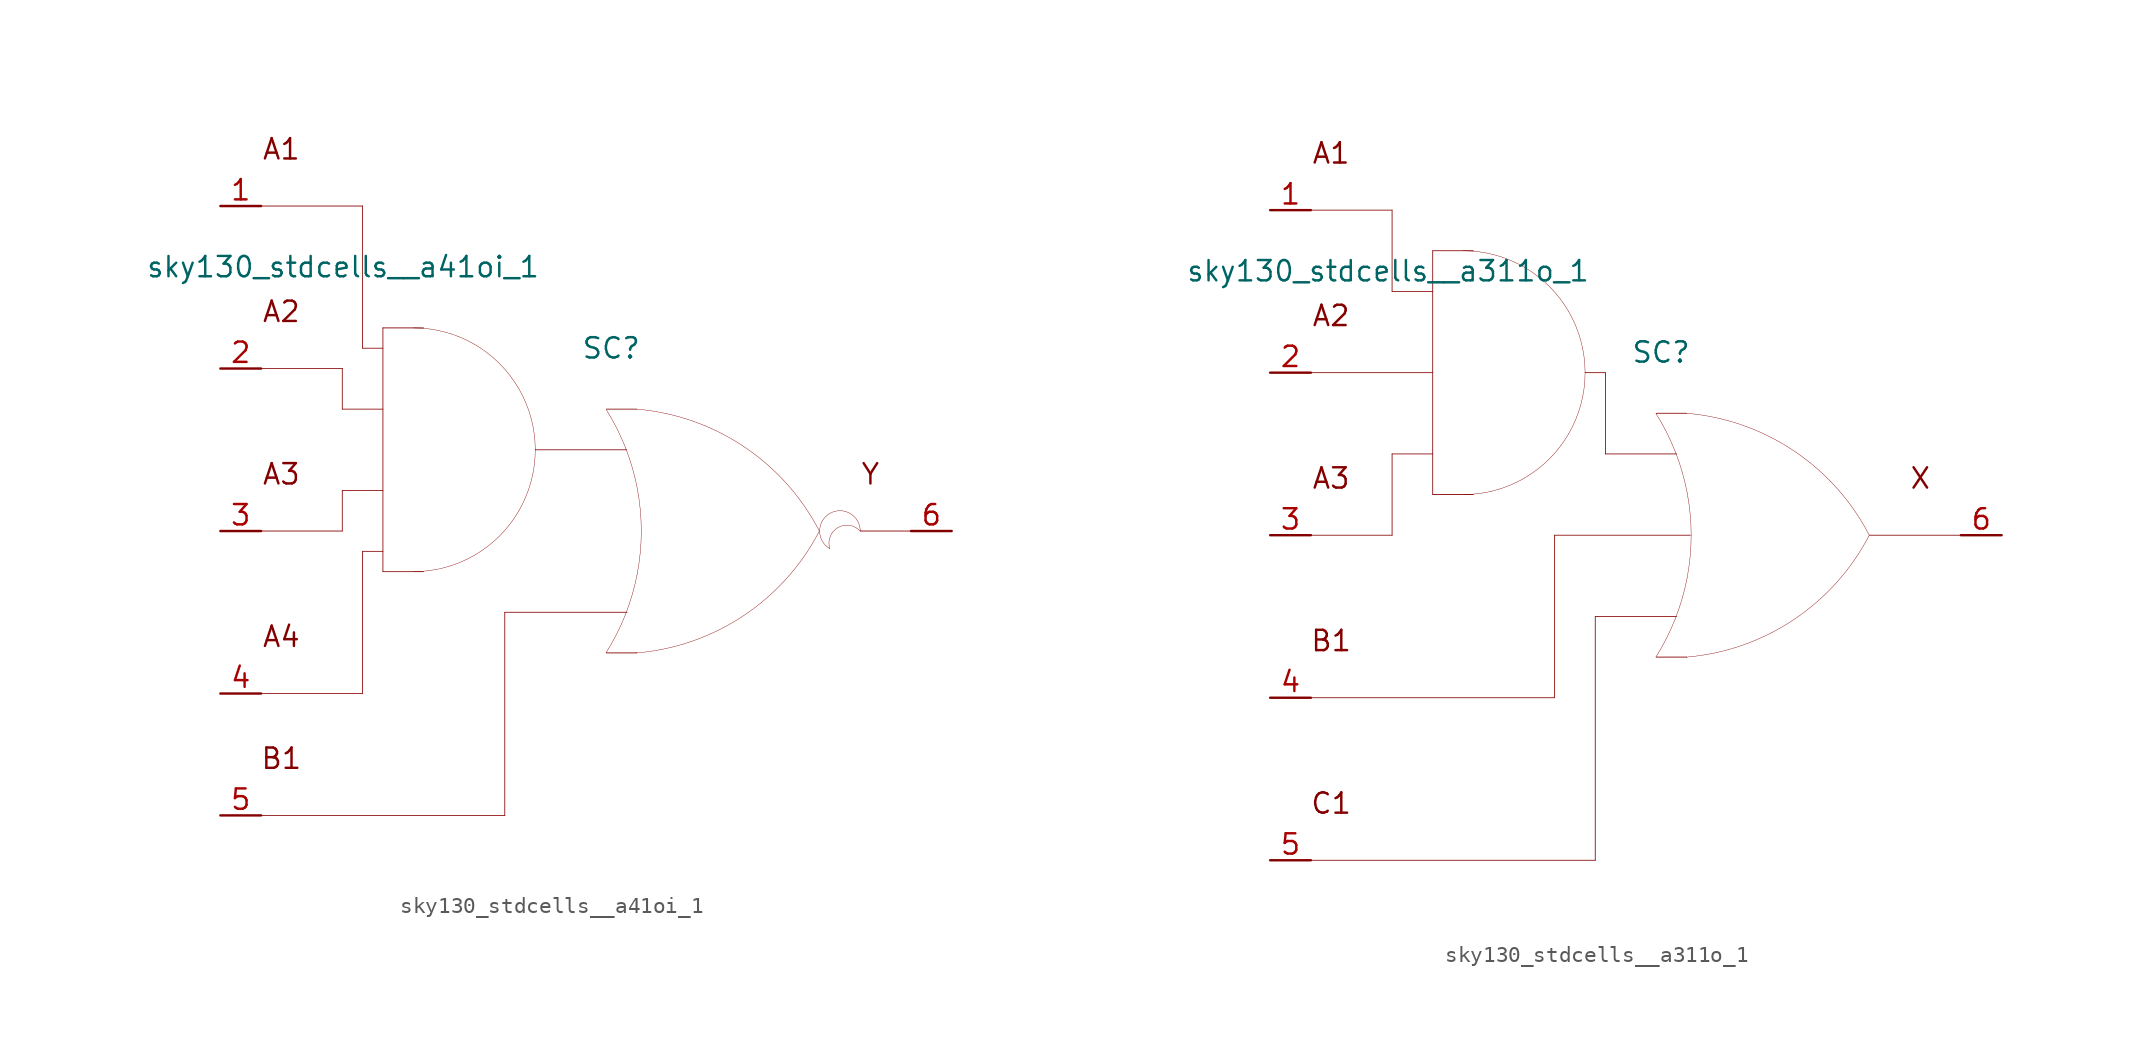
<source format=kicad_sym>
(kicad_symbol_lib
  (version 20211014)
  (generator kicad_symbol_editor)
  (symbol "sky130_stdcells__a41oi_1"
    (pin_names hide)
    (property "Reference" "SC"
      (at 1.575 11.43 0)
      (effects (font (size 1.27 1.27))))
    (property "Value" "sky130_stdcells__a41oi_1"
      (at -2.845 16.51 0)
      (effects (font (size 1.27 1.27)) (justify right)))
    (symbol "sky130_stdcells__a41oi_1_0_0"
      (arc (start -10.795 -2.54) (mid -8.8228 -2.2804) (end -6.985 -1.5191) (stroke (width 0.0254) (type default) (color 0 0 0 0)) (fill (type none)))
      (arc (start -6.985 -1.5191) (mid -5.4069 -0.3081) (end -4.1959 1.27) (stroke (width 0.0254) (type default) (color 0 0 0 0)) (fill (type none)))
      (arc (start -6.985 11.6791) (mid -8.8228 12.4403) (end -10.795 12.7) (stroke (width 0.0254) (type default) (color 0 0 0 0)) (fill (type none)))
      (arc (start -4.1959 1.27) (mid -3.4347 3.1078) (end -3.175 5.08) (stroke (width 0.0254) (type default) (color 0 0 0 0)) (fill (type none)))
      (arc (start -4.1959 8.89) (mid -5.4069 10.4681) (end -6.985 11.6791) (stroke (width 0.0254) (type default) (color 0 0 0 0)) (fill (type none)))
      (arc (start -3.175 5.08) (mid -3.4346 7.0522) (end -4.1959 8.89) (stroke (width 0.0254) (type default) (color 0 0 0 0)) (fill (type none)))
      (polyline (pts (xy -20.32 -17.78) (xy -5.08 -17.78)) (stroke (width 0.051) (type default) (color 0 0 0 0)) (fill (type none)))
      (polyline (pts (xy -20.32 -10.16) (xy -13.97 -10.16)) (stroke (width 0.051) (type default) (color 0 0 0 0)) (fill (type none)))
      (polyline (pts (xy -20.32 0) (xy -15.24 0)) (stroke (width 0.051) (type default) (color 0 0 0 0)) (fill (type none)))
      (polyline (pts (xy -20.32 10.16) (xy -15.24 10.16)) (stroke (width 0.051) (type default) (color 0 0 0 0)) (fill (type none)))
      (polyline (pts (xy -20.32 20.32) (xy -13.97 20.32)) (stroke (width 0.051) (type default) (color 0 0 0 0)) (fill (type none)))
      (polyline (pts (xy -15.24 2.54) (xy -15.24 0)) (stroke (width 0.051) (type default) (color 0 0 0 0)) (fill (type none)))
      (polyline (pts (xy -15.24 2.54) (xy -12.7 2.54)) (stroke (width 0.051) (type default) (color 0 0 0 0)) (fill (type none)))
      (polyline (pts (xy -15.24 7.62) (xy -12.7 7.62)) (stroke (width 0.051) (type default) (color 0 0 0 0)) (fill (type none)))
      (polyline (pts (xy -15.24 10.16) (xy -15.24 7.62)) (stroke (width 0.051) (type default) (color 0 0 0 0)) (fill (type none)))
      (polyline (pts (xy -13.97 -1.27) (xy -13.97 -10.16)) (stroke (width 0.051) (type default) (color 0 0 0 0)) (fill (type none)))
      (polyline (pts (xy -13.97 -1.27) (xy -12.7 -1.27)) (stroke (width 0.051) (type default) (color 0 0 0 0)) (fill (type none)))
      (polyline (pts (xy -13.97 11.43) (xy -12.7 11.43)) (stroke (width 0.051) (type default) (color 0 0 0 0)) (fill (type none)))
      (polyline (pts (xy -13.97 20.32) (xy -13.97 11.43)) (stroke (width 0.051) (type default) (color 0 0 0 0)) (fill (type none)))
      (polyline (pts (xy -12.7 -2.54) (xy -10.16 -2.54)) (stroke (width 0.051) (type default) (color 0 0 0 0)) (fill (type none)))
      (polyline (pts (xy -12.7 12.7) (xy -12.7 -2.54)) (stroke (width 0.051) (type default) (color 0 0 0 0)) (fill (type none)))
      (polyline (pts (xy -12.7 12.7) (xy -10.16 12.7)) (stroke (width 0.051) (type default) (color 0 0 0 0)) (fill (type none)))
      (polyline (pts (xy -5.08 -5.08) (xy -5.08 -17.78)) (stroke (width 0.051) (type default) (color 0 0 0 0)) (fill (type none)))
      (polyline (pts (xy -5.08 -5.08) (xy 2.565 -5.08)) (stroke (width 0.051) (type default) (color 0 0 0 0)) (fill (type none)))
      (polyline (pts (xy -3.175 5.08) (xy 2.54 5.08)) (stroke (width 0.051) (type default) (color 0 0 0 0)) (fill (type none)))
      (polyline (pts (xy 1.27 -7.62) (xy 3.175 -7.62)) (stroke (width 0.051) (type default) (color 0 0 0 0)) (fill (type none)))
      (polyline (pts (xy 1.27 7.62) (xy 3.175 7.62)) (stroke (width 0.051) (type default) (color 0 0 0 0)) (fill (type none)))
      (polyline (pts (xy 17.145 0) (xy 20.32 0)) (stroke (width 0.051) (type default) (color 0 0 0 0)) (fill (type none)))
      (arc (start 1.2495 -7.6142) (mid 1.907 -6.458) (end 2.4538 -5.2456) (stroke (width 0.0254) (type default) (color 0 0 0 0)) (fill (type none)))
      (arc (start 2.4538 -5.2456) (mid 2.8887 -3.9755) (end 3.202 -2.6701) (stroke (width 0.0254) (type default) (color 0 0 0 0)) (fill (type none)))
      (arc (start 2.472 5.1993) (mid 1.9238 6.4248) (end 1.2627 7.5932) (stroke (width 0.0254) (type default) (color 0 0 0 0)) (fill (type none)))
      (arc (start 3.1446 -7.6231) (mid 9.8386 -5.2986) (end 14.5755 -0.0284) (stroke (width 0.0254) (type default) (color 0 0 0 0)) (fill (type none)))
      (arc (start 3.202 -2.6701) (mid 3.3912 -1.341) (end 3.4544 0) (stroke (width 0.0254) (type default) (color 0 0 0 0)) (fill (type none)))
      (arc (start 3.2066 2.6456) (mid 2.8989 3.9396) (end 2.472 5.1993) (stroke (width 0.0254) (type default) (color 0 0 0 0)) (fill (type none)))
      (arc (start 3.4544 0) (mid 3.3923 1.3286) (end 3.2066 2.6456) (stroke (width 0.0254) (type default) (color 0 0 0 0)) (fill (type none)))
      (arc (start 14.5983 -0.0156) (mid 9.8798 5.271) (end 3.194 7.6189) (stroke (width 0.0254) (type default) (color 0 0 0 0)) (fill (type none)))
      (arc (start 15.24 1.0999) (mid 14.605 0) (end 15.24 -1.0999) (stroke (width 0.0254) (type default) (color 0 0 0 0)) (fill (type none)))
      (arc (start 17.145 0) (mid 15.2881 0.4743) (end 15.24 -1.0999) (stroke (width 0.0254) (type default) (color 0 0 0 0)) (fill (type none)))
      (arc (start 17.145 0) (mid 16.51 1.0998) (end 15.24 1.0999) (stroke (width 0.0254) (type default) (color 0 0 0 0)) (fill (type none)))
      (text "A1" (at -19.05 23.876 0) (effects (font (size 1.27 1.27))))
      (text "A2" (at -19.05 13.716 0) (effects (font (size 1.27 1.27))))
      (text "A3" (at -19.05 3.556 0) (effects (font (size 1.27 1.27))))
      (text "A4" (at -19.05 -6.604 0) (effects (font (size 1.27 1.27))))
      (text "B1" (at -19.05 -14.224 0) (effects (font (size 1.27 1.27))))
      (text "Y" (at 17.78 3.556 0) (effects (font (size 1.27 1.27)))))
    (symbol "sky130_stdcells__a41oi_1_1_1"
      (pin input line (at -22.86 20.32 0) (length 2.54) (name "A1" (effects (font (size 1.092 1.092)))) (number "1" (effects (font (size 1.27 1.27)))))
      (pin input line (at -22.86 10.16 0) (length 2.54) (name "A2" (effects (font (size 1.092 1.092)))) (number "2" (effects (font (size 1.27 1.27)))))
      (pin input line (at -22.86 0 0) (length 2.54) (name "A3" (effects (font (size 1.092 1.092)))) (number "3" (effects (font (size 1.27 1.27)))))
      (pin input line (at -22.86 -10.16 0) (length 2.54) (name "A4" (effects (font (size 1.092 1.092)))) (number "4" (effects (font (size 1.27 1.27)))))
      (pin input line (at -22.86 -17.78 0) (length 2.54) (name "B1" (effects (font (size 1.092 1.092)))) (number "5" (effects (font (size 1.27 1.27)))))
      (pin output line (at 22.86 0 180) (length 2.54) (name "Y" (effects (font (size 1.092 1.092)))) (number "6" (effects (font (size 1.27 1.27)))))))
  (symbol "sky130_stdcells__a311o_1"
    (pin_names hide)
    (property "Reference" "SC"
      (at 1.575 11.43 0)
      (effects (font (size 1.27 1.27))))
    (property "Value" "sky130_stdcells__a311o_1"
      (at -2.845 16.51 0)
      (effects (font (size 1.27 1.27)) (justify right)))
    (symbol "sky130_stdcells__a311o_1_0_0"
      (arc (start -10.795 2.54) (mid -8.8228 2.7996) (end -6.985 3.5609) (stroke (width 0.0254) (type default) (color 0 0 0 0)) (fill (type none)))
      (arc (start -6.985 3.5609) (mid -5.4069 4.7719) (end -4.1959 6.35) (stroke (width 0.0254) (type default) (color 0 0 0 0)) (fill (type none)))
      (arc (start -6.985 16.7591) (mid -8.8228 17.5203) (end -10.795 17.78) (stroke (width 0.0254) (type default) (color 0 0 0 0)) (fill (type none)))
      (arc (start -4.1959 6.35) (mid -3.4347 8.1878) (end -3.175 10.16) (stroke (width 0.0254) (type default) (color 0 0 0 0)) (fill (type none)))
      (arc (start -4.1959 13.97) (mid -5.4069 15.5481) (end -6.985 16.7591) (stroke (width 0.0254) (type default) (color 0 0 0 0)) (fill (type none)))
      (arc (start -3.175 10.16) (mid -3.4346 12.1322) (end -4.1959 13.97) (stroke (width 0.0254) (type default) (color 0 0 0 0)) (fill (type none)))
      (polyline (pts (xy -20.32 -20.32) (xy -2.54 -20.32)) (stroke (width 0.051) (type default) (color 0 0 0 0)) (fill (type none)))
      (polyline (pts (xy -20.32 -10.16) (xy -5.08 -10.16)) (stroke (width 0.051) (type default) (color 0 0 0 0)) (fill (type none)))
      (polyline (pts (xy -20.32 0) (xy -15.24 0)) (stroke (width 0.051) (type default) (color 0 0 0 0)) (fill (type none)))
      (polyline (pts (xy -20.32 10.16) (xy -12.7 10.16)) (stroke (width 0.051) (type default) (color 0 0 0 0)) (fill (type none)))
      (polyline (pts (xy -20.32 20.32) (xy -15.24 20.32)) (stroke (width 0.051) (type default) (color 0 0 0 0)) (fill (type none)))
      (polyline (pts (xy -15.24 5.08) (xy -15.24 0)) (stroke (width 0.051) (type default) (color 0 0 0 0)) (fill (type none)))
      (polyline (pts (xy -15.24 5.08) (xy -12.7 5.08)) (stroke (width 0.051) (type default) (color 0 0 0 0)) (fill (type none)))
      (polyline (pts (xy -15.24 15.24) (xy -12.7 15.24)) (stroke (width 0.051) (type default) (color 0 0 0 0)) (fill (type none)))
      (polyline (pts (xy -15.24 20.32) (xy -15.24 15.24)) (stroke (width 0.051) (type default) (color 0 0 0 0)) (fill (type none)))
      (polyline (pts (xy -12.7 2.54) (xy -10.16 2.54)) (stroke (width 0.051) (type default) (color 0 0 0 0)) (fill (type none)))
      (polyline (pts (xy -12.7 17.78) (xy -12.7 2.54)) (stroke (width 0.051) (type default) (color 0 0 0 0)) (fill (type none)))
      (polyline (pts (xy -12.7 17.78) (xy -10.16 17.78)) (stroke (width 0.051) (type default) (color 0 0 0 0)) (fill (type none)))
      (polyline (pts (xy -5.08 0) (xy -5.08 -10.16)) (stroke (width 0.051) (type default) (color 0 0 0 0)) (fill (type none)))
      (polyline (pts (xy -5.08 0) (xy 3.404 0)) (stroke (width 0.051) (type default) (color 0 0 0 0)) (fill (type none)))
      (polyline (pts (xy -3.175 10.16) (xy -1.905 10.16)) (stroke (width 0.051) (type default) (color 0 0 0 0)) (fill (type none)))
      (polyline (pts (xy -2.54 -5.08) (xy -2.54 -20.32)) (stroke (width 0.051) (type default) (color 0 0 0 0)) (fill (type none)))
      (polyline (pts (xy -2.54 -5.08) (xy 2.54 -5.08)) (stroke (width 0.051) (type default) (color 0 0 0 0)) (fill (type none)))
      (polyline (pts (xy -1.905 5.08) (xy 2.54 5.08)) (stroke (width 0.051) (type default) (color 0 0 0 0)) (fill (type none)))
      (polyline (pts (xy -1.905 10.16) (xy -1.905 5.08)) (stroke (width 0.051) (type default) (color 0 0 0 0)) (fill (type none)))
      (polyline (pts (xy 1.27 -7.62) (xy 3.175 -7.62)) (stroke (width 0.051) (type default) (color 0 0 0 0)) (fill (type none)))
      (polyline (pts (xy 1.27 7.62) (xy 3.175 7.62)) (stroke (width 0.051) (type default) (color 0 0 0 0)) (fill (type none)))
      (polyline (pts (xy 14.605 0) (xy 20.32 0)) (stroke (width 0.051) (type default) (color 0 0 0 0)) (fill (type none)))
      (arc (start 1.2495 -7.6142) (mid 1.907 -6.458) (end 2.4538 -5.2456) (stroke (width 0.0254) (type default) (color 0 0 0 0)) (fill (type none)))
      (arc (start 2.4538 -5.2456) (mid 2.8887 -3.9755) (end 3.202 -2.6701) (stroke (width 0.0254) (type default) (color 0 0 0 0)) (fill (type none)))
      (arc (start 2.472 5.1993) (mid 1.9238 6.4248) (end 1.2627 7.5932) (stroke (width 0.0254) (type default) (color 0 0 0 0)) (fill (type none)))
      (arc (start 3.1446 -7.6231) (mid 9.8386 -5.2986) (end 14.5755 -0.0284) (stroke (width 0.0254) (type default) (color 0 0 0 0)) (fill (type none)))
      (arc (start 3.202 -2.6701) (mid 3.3912 -1.341) (end 3.4544 0) (stroke (width 0.0254) (type default) (color 0 0 0 0)) (fill (type none)))
      (arc (start 3.2066 2.6456) (mid 2.8989 3.9396) (end 2.472 5.1993) (stroke (width 0.0254) (type default) (color 0 0 0 0)) (fill (type none)))
      (arc (start 3.4544 0) (mid 3.3923 1.3286) (end 3.2066 2.6456) (stroke (width 0.0254) (type default) (color 0 0 0 0)) (fill (type none)))
      (arc (start 14.5983 -0.0156) (mid 9.8798 5.271) (end 3.194 7.6189) (stroke (width 0.0254) (type default) (color 0 0 0 0)) (fill (type none)))
      (text "A1" (at -19.05 23.876 0) (effects (font (size 1.27 1.27))))
      (text "A2" (at -19.05 13.716 0) (effects (font (size 1.27 1.27))))
      (text "A3" (at -19.05 3.556 0) (effects (font (size 1.27 1.27))))
      (text "B1" (at -19.05 -6.604 0) (effects (font (size 1.27 1.27))))
      (text "C1" (at -19.05 -16.764 0) (effects (font (size 1.27 1.27))))
      (text "X" (at 17.78 3.556 0) (effects (font (size 1.27 1.27)))))
    (symbol "sky130_stdcells__a311o_1_1_1"
      (pin input line (at -22.86 20.32 0) (length 2.54) (name "A1" (effects (font (size 1.092 1.092)))) (number "1" (effects (font (size 1.27 1.27)))))
      (pin input line (at -22.86 10.16 0) (length 2.54) (name "A2" (effects (font (size 1.092 1.092)))) (number "2" (effects (font (size 1.27 1.27)))))
      (pin input line (at -22.86 0 0) (length 2.54) (name "A3" (effects (font (size 1.092 1.092)))) (number "3" (effects (font (size 1.27 1.27)))))
      (pin input line (at -22.86 -10.16 0) (length 2.54) (name "B1" (effects (font (size 1.092 1.092)))) (number "4" (effects (font (size 1.27 1.27)))))
      (pin input line (at -22.86 -20.32 0) (length 2.54) (name "C1" (effects (font (size 1.092 1.092)))) (number "5" (effects (font (size 1.27 1.27)))))
      (pin output line (at 22.86 0 180) (length 2.54) (name "X" (effects (font (size 1.092 1.092)))) (number "6" (effects (font (size 1.27 1.27))))))))
</source>
